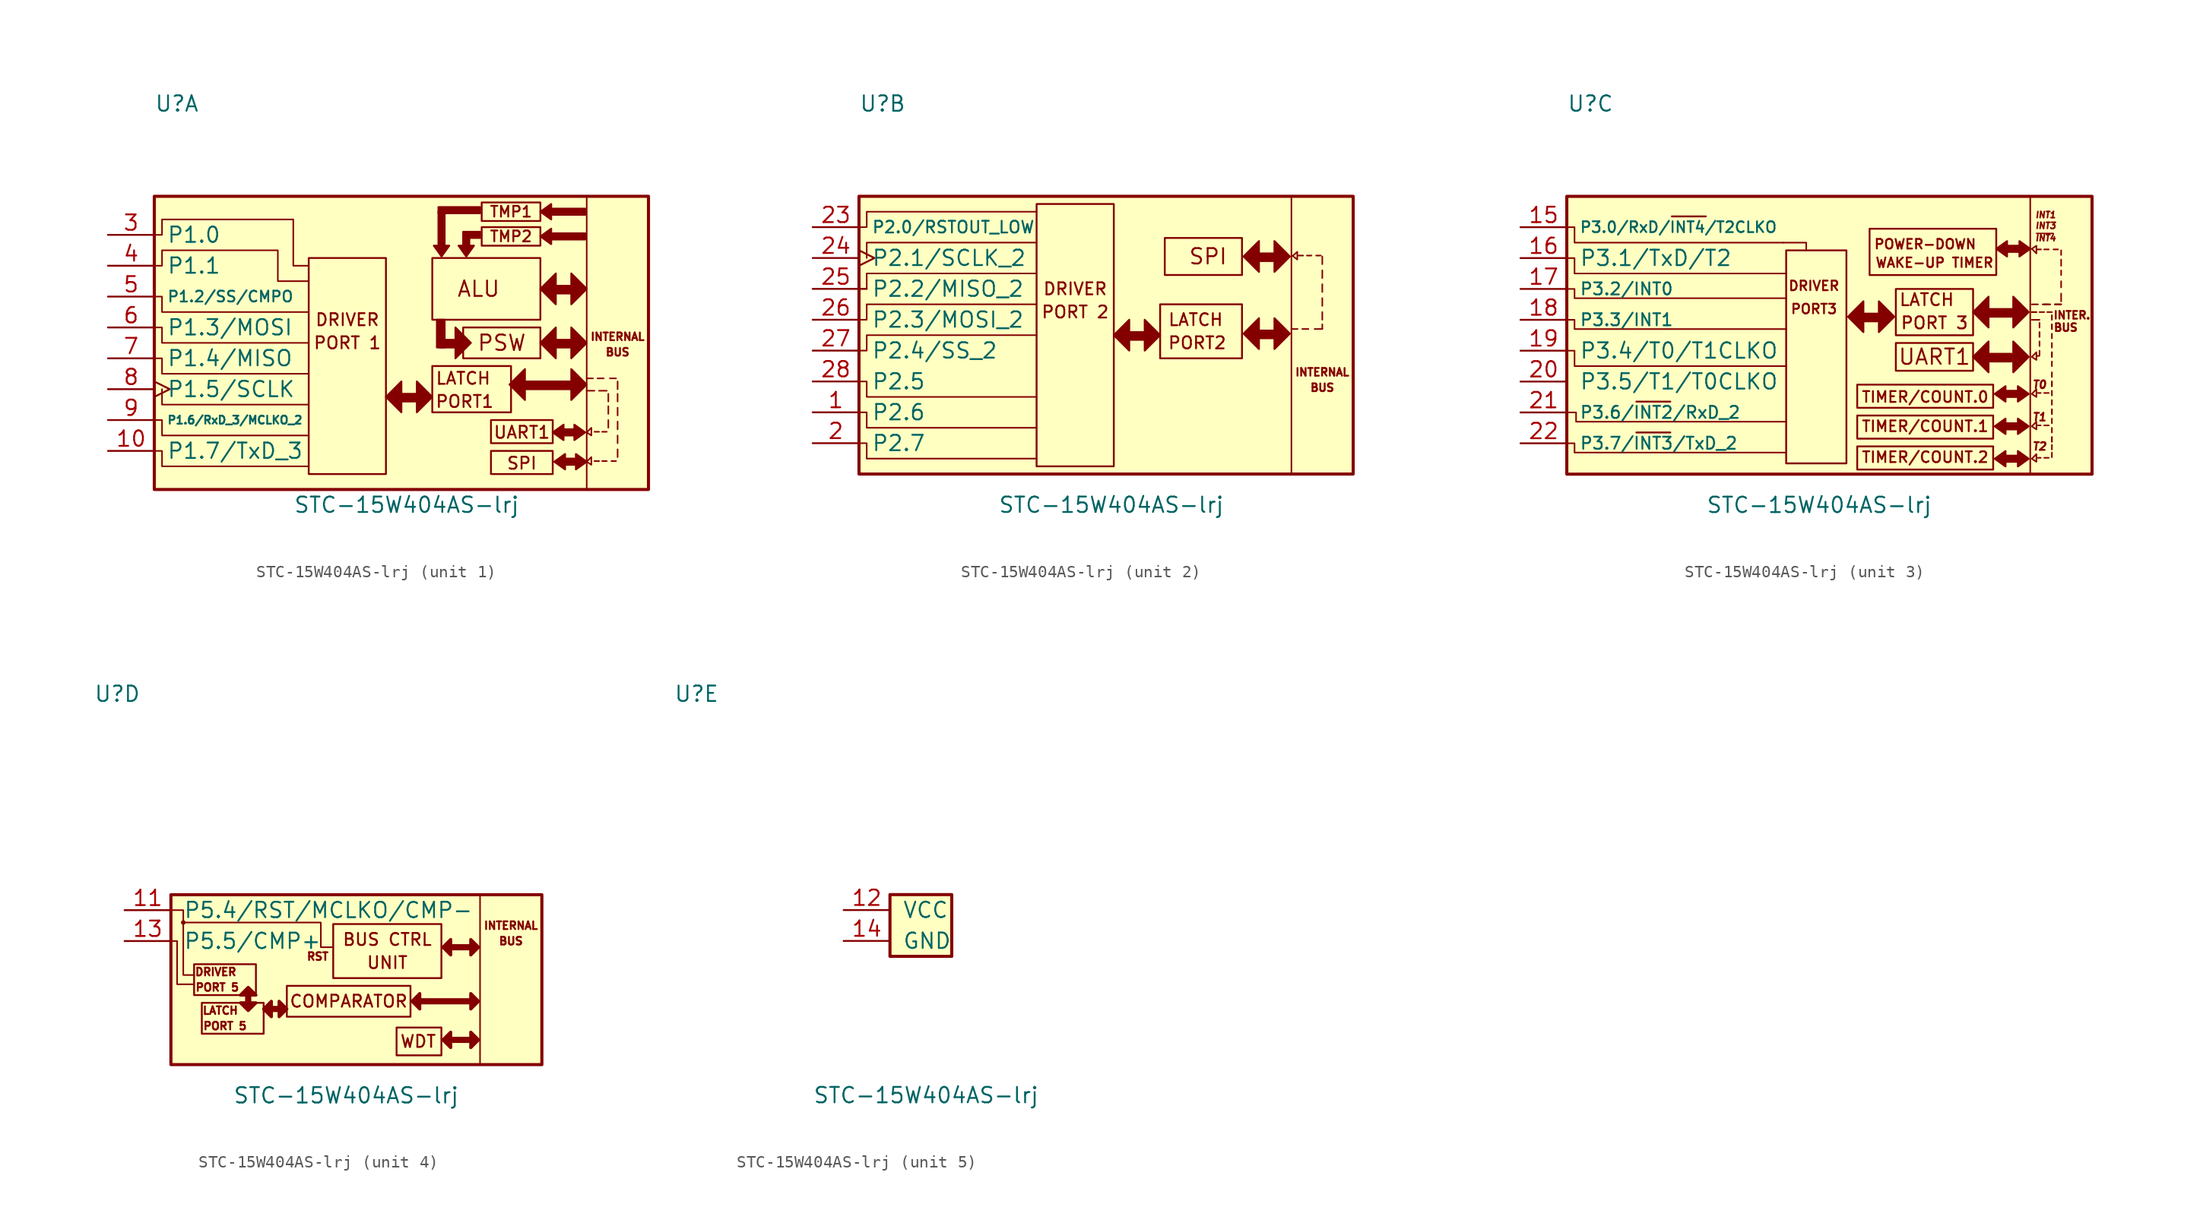
<source format=kicad_sym>
(kicad_symbol_lib
  (version 20211014)
  (generator kicad_symbol_editor)
  (symbol "STC-15W404AS-lrj"
    (pin_names
      (offset 1.016))
    (property "Reference" "U"
      (at -20.32 19.05 0)
      (effects (font (size 1.27 1.27)) (justify left)))
    (property "Value" "STC-15W404AS-lrj"
      (at -8.89 -13.97 0)
      (effects (font (size 1.27 1.27)) (justify left)))
    (property "ki_locked" ""
      (at 0 0 0)
      (effects (font (size 1.27 1.27))))
    (symbol "STC-15W404AS-lrj_1_1"
      (rectangle (start -20.32 11.43) (end 20.32 -12.7) (stroke (width 0.254) (type default) (color 0 0 0 0)) (fill (type background)))
      (rectangle (start -1.27 -11.43) (end -7.62 6.35) (stroke (width 0) (type default) (color 0 0 0 0)) (fill (type none)))
      (polyline (pts (xy 15.24 -4.572) (xy 15.875 -4.572)) (stroke (width 0.127) (type default) (color 0 0 0 0)) (fill (type none)))
      (polyline (pts (xy 15.24 -3.556) (xy 15.748 -3.556)) (stroke (width 0.127) (type default) (color 0 0 0 0)) (fill (type none)))
      (polyline (pts (xy 16.129 -3.556) (xy 16.637 -3.556)) (stroke (width 0.127) (type default) (color 0 0 0 0)) (fill (type none)))
      (polyline (pts (xy 16.256 -10.363) (xy 15.875 -10.363)) (stroke (width 0.127) (type default) (color 0 0 0 0)) (fill (type none)))
      (polyline (pts (xy 16.256 -7.95) (xy 15.875 -7.95)) (stroke (width 0.127) (type default) (color 0 0 0 0)) (fill (type none)))
      (polyline (pts (xy 16.891 -10.363) (xy 16.51 -10.363)) (stroke (width 0.127) (type default) (color 0 0 0 0)) (fill (type none)))
      (polyline (pts (xy 16.891 -7.95) (xy 16.51 -7.95)) (stroke (width 0.127) (type default) (color 0 0 0 0)) (fill (type none)))
      (polyline (pts (xy 16.891 -4.572) (xy 16.256 -4.572)) (stroke (width 0.127) (type default) (color 0 0 0 0)) (fill (type none)))
      (polyline (pts (xy 17.018 -6.985) (xy 17.018 -7.62)) (stroke (width 0.127) (type default) (color 0 0 0 0)) (fill (type none)))
      (polyline (pts (xy 17.018 -6.477) (xy 17.018 -5.842)) (stroke (width 0.127) (type default) (color 0 0 0 0)) (fill (type none)))
      (polyline (pts (xy 17.018 -4.826) (xy 17.018 -5.461)) (stroke (width 0.127) (type default) (color 0 0 0 0)) (fill (type none)))
      (polyline (pts (xy 17.653 -10.363) (xy 17.272 -10.363)) (stroke (width 0.127) (type default) (color 0 0 0 0)) (fill (type none)))
      (polyline (pts (xy 17.653 -3.556) (xy 17.145 -3.556)) (stroke (width 0.127) (type default) (color 0 0 0 0)) (fill (type none)))
      (polyline (pts (xy 17.78 -9.398) (xy 17.78 -10.033)) (stroke (width 0.127) (type default) (color 0 0 0 0)) (fill (type none)))
      (polyline (pts (xy 17.78 -8.89) (xy 17.78 -8.255)) (stroke (width 0.127) (type default) (color 0 0 0 0)) (fill (type none)))
      (polyline (pts (xy 17.78 -7.112) (xy 17.78 -7.747)) (stroke (width 0.127) (type default) (color 0 0 0 0)) (fill (type none)))
      (polyline (pts (xy 17.78 -6.604) (xy 17.78 -5.969)) (stroke (width 0.127) (type default) (color 0 0 0 0)) (fill (type none)))
      (polyline (pts (xy 17.78 -5.461) (xy 17.78 -4.826)) (stroke (width 0.127) (type default) (color 0 0 0 0)) (fill (type none)))
      (polyline (pts (xy 17.78 -3.81) (xy 17.78 -4.445)) (stroke (width 0.127) (type default) (color 0 0 0 0)) (fill (type none)))
      (polyline (pts (xy -19.685 -4.445) (xy -19.685 -5.715) (xy -7.62 -5.715)) (stroke (width 0.127) (type default) (color 0 0 0 0)) (fill (type none)))
      (polyline (pts (xy -20.32 -9.525) (xy -19.685 -9.525) (xy -19.685 -10.795) (xy -7.62 -10.795)) (stroke (width 0.127) (type default) (color 0 0 0 0)) (fill (type none)))
      (polyline (pts (xy -20.32 0.635) (xy -19.685 0.635) (xy -19.685 -0.635) (xy -7.62 -0.635)) (stroke (width 0.127) (type default) (color 0 0 0 0)) (fill (type none)))
      (polyline (pts (xy -1.27 -5.08) (xy 0 -3.81) (xy -1.27 -5.08) (xy 0 -6.35) (xy 0 -3.81)) (stroke (width 0) (type default) (color 0 0 0 0)) (fill (type outline)))
      (polyline (pts (xy 2.54 -5.08) (xy 1.27 -6.35) (xy 2.54 -5.08) (xy 1.27 -3.81) (xy 1.27 -6.35)) (stroke (width 0) (type default) (color 0 0 0 0)) (fill (type outline)))
      (polyline (pts (xy 5.715 -0.635) (xy 4.445 -1.905) (xy 5.715 -0.635) (xy 4.445 0.635) (xy 4.445 -1.905)) (stroke (width 0) (type default) (color 0 0 0 0)) (fill (type outline)))
      (polyline (pts (xy 8.89 -4.064) (xy 10.16 -2.794) (xy 8.89 -4.064) (xy 10.16 -5.334) (xy 10.16 -2.794)) (stroke (width 0) (type default) (color 0 0 0 0)) (fill (type outline)))
      (polyline (pts (xy 11.43 -0.635) (xy 12.7 0.635) (xy 11.43 -0.635) (xy 12.7 -1.905) (xy 12.7 0.635)) (stroke (width 0) (type default) (color 0 0 0 0)) (fill (type outline)))
      (polyline (pts (xy 11.43 3.81) (xy 12.7 5.08) (xy 11.43 3.81) (xy 12.7 2.54) (xy 12.7 5.08)) (stroke (width 0) (type default) (color 0 0 0 0)) (fill (type outline)))
      (polyline (pts (xy 15.24 -10.414) (xy 15.621 -10.033) (xy 15.621 -10.541) (xy 15.621 -10.668) (xy 15.24 -10.414)) (stroke (width 0.127) (type default) (color 0 0 0 0)) (fill (type none)))
      (polyline (pts (xy 15.24 -8.001) (xy 15.621 -7.62) (xy 15.621 -8.128) (xy 15.621 -8.255) (xy 15.24 -8.001)) (stroke (width 0.127) (type default) (color 0 0 0 0)) (fill (type none)))
      (polyline (pts (xy 15.24 -4.064) (xy 13.97 -5.334) (xy 15.24 -4.064) (xy 13.97 -2.794) (xy 13.97 -5.334)) (stroke (width 0) (type default) (color 0 0 0 0)) (fill (type outline)))
      (polyline (pts (xy 15.24 -0.635) (xy 13.97 -1.905) (xy 15.24 -0.635) (xy 13.97 0.635) (xy 13.97 -1.905)) (stroke (width 0) (type default) (color 0 0 0 0)) (fill (type outline)))
      (polyline (pts (xy 15.24 3.81) (xy 13.97 2.54) (xy 15.24 3.81) (xy 13.97 5.08) (xy 13.97 2.54)) (stroke (width 0) (type default) (color 0 0 0 0)) (fill (type outline)))
      (polyline (pts (xy -20.32 -6.985) (xy -19.685 -6.985) (xy -19.685 -8.255) (xy -19.05 -8.255) (xy -12.065 -8.255) (xy -7.62 -8.255)) (stroke (width 0.127) (type default) (color 0 0 0 0)) (fill (type none)))
      (polyline (pts (xy -20.32 -1.905) (xy -19.685 -1.905) (xy -19.685 -3.175) (xy -19.05 -3.175) (xy -12.065 -3.175) (xy -7.62 -3.175)) (stroke (width 0.127) (type default) (color 0 0 0 0)) (fill (type none)))
      (polyline (pts (xy -20.32 3.175) (xy -19.685 3.175) (xy -19.685 1.905) (xy -19.05 1.905) (xy -12.065 1.905) (xy -7.62 1.905)) (stroke (width 0.127) (type default) (color 0 0 0 0)) (fill (type none)))
      (polyline (pts (xy -20.32 5.715) (xy -19.685 5.715) (xy -19.685 6.985) (xy -10.16 6.985) (xy -10.16 4.445) (xy -7.62 4.445)) (stroke (width 0.127) (type default) (color 0 0 0 0)) (fill (type none)))
      (polyline (pts (xy -20.32 8.255) (xy -19.685 8.255) (xy -19.685 9.525) (xy -8.89 9.525) (xy -8.89 5.715) (xy -7.62 5.715)) (stroke (width 0.127) (type default) (color 0 0 0 0)) (fill (type none)))
      (polyline (pts (xy 3.302 6.731) (xy 2.667 7.366) (xy 3.302 6.477) (xy 3.937 7.366) (xy 3.429 7.366) (xy 2.667 7.366)) (stroke (width 0) (type default) (color 0 0 0 0)) (fill (type outline)))
      (polyline (pts (xy 5.334 6.731) (xy 4.699 7.366) (xy 5.334 6.477) (xy 5.969 7.366) (xy 5.461 7.366) (xy 4.699 7.366)) (stroke (width 0) (type default) (color 0 0 0 0)) (fill (type outline)))
      (polyline (pts (xy 11.684 8.128) (xy 12.319 8.763) (xy 11.43 8.128) (xy 12.319 7.493) (xy 12.319 8.001) (xy 12.319 8.763)) (stroke (width 0) (type default) (color 0 0 0 0)) (fill (type outline)))
      (polyline (pts (xy 11.684 10.16) (xy 12.319 10.795) (xy 11.43 10.16) (xy 12.319 9.525) (xy 12.319 10.033) (xy 12.319 10.795)) (stroke (width 0) (type default) (color 0 0 0 0)) (fill (type outline)))
      (polyline (pts (xy 12.7 -8.001) (xy 13.335 -7.366) (xy 12.446 -8.001) (xy 13.335 -8.636) (xy 13.335 -8.128) (xy 13.335 -7.366)) (stroke (width 0) (type default) (color 0 0 0 0)) (fill (type outline)))
      (polyline (pts (xy 12.827 -10.414) (xy 13.462 -9.779) (xy 12.573 -10.414) (xy 13.462 -11.049) (xy 13.462 -10.541) (xy 13.462 -9.779)) (stroke (width 0) (type default) (color 0 0 0 0)) (fill (type outline)))
      (polyline (pts (xy 14.859 -8.001) (xy 14.224 -8.636) (xy 15.113 -8.001) (xy 14.224 -7.366) (xy 14.224 -7.874) (xy 14.224 -8.636)) (stroke (width 0) (type default) (color 0 0 0 0)) (fill (type outline)))
      (polyline (pts (xy 14.986 -10.414) (xy 14.351 -11.049) (xy 15.24 -10.414) (xy 14.351 -9.779) (xy 14.351 -10.287) (xy 14.351 -11.049)) (stroke (width 0) (type default) (color 0 0 0 0)) (fill (type outline)))
      (rectangle (start 1.27 -5.461) (end 0 -4.826) (stroke (width 0) (type default) (color 0 0 0 0)) (fill (type outline)))
      (rectangle (start 2.54 6.35) (end 11.43 1.27) (stroke (width 0) (type default) (color 0 0 0 0)) (fill (type none)))
      (rectangle (start 3.048 7.366) (end 3.556 10.16) (stroke (width 0) (type default) (color 0 0 0 0)) (fill (type outline)))
      (rectangle (start 3.556 1.27) (end 2.921 -1.016) (stroke (width 0) (type default) (color 0 0 0 0)) (fill (type outline)))
      (rectangle (start 4.445 -1.016) (end 3.175 -0.381) (stroke (width 0) (type default) (color 0 0 0 0)) (fill (type outline)))
      (rectangle (start 5.08 0.635) (end 11.43 -1.905) (stroke (width 0) (type default) (color 0 0 0 0)) (fill (type none)))
      (rectangle (start 5.08 7.366) (end 5.588 8.128) (stroke (width 0) (type default) (color 0 0 0 0)) (fill (type outline)))
      (rectangle (start 6.477 8.001) (end 5.08 8.509) (stroke (width 0) (type default) (color 0 0 0 0)) (fill (type outline)))
      (rectangle (start 6.477 10.033) (end 3.048 10.541) (stroke (width 0) (type default) (color 0 0 0 0)) (fill (type outline)))
      (rectangle (start 6.604 8.89) (end 11.43 7.366) (stroke (width 0) (type default) (color 0 0 0 0)) (fill (type none)))
      (rectangle (start 6.604 10.922) (end 11.43 9.398) (stroke (width 0) (type default) (color 0 0 0 0)) (fill (type none)))
      (rectangle (start 7.366 -9.525) (end 12.446 -11.43) (stroke (width 0) (type default) (color 0 0 0 0)) (fill (type none)))
      (rectangle (start 7.366 -6.985) (end 12.446 -8.89) (stroke (width 0) (type default) (color 0 0 0 0)) (fill (type none)))
      (rectangle (start 9.017 -6.35) (end 2.54 -2.54) (stroke (width 0) (type default) (color 0 0 0 0)) (fill (type none)))
      (rectangle (start 12.319 8.382) (end 15.113 7.874) (stroke (width 0) (type default) (color 0 0 0 0)) (fill (type outline)))
      (rectangle (start 12.319 10.414) (end 15.113 9.906) (stroke (width 0) (type default) (color 0 0 0 0)) (fill (type outline)))
      (rectangle (start 13.335 -7.747) (end 14.224 -8.255) (stroke (width 0) (type default) (color 0 0 0 0)) (fill (type outline)))
      (rectangle (start 13.462 -10.16) (end 14.351 -10.668) (stroke (width 0) (type default) (color 0 0 0 0)) (fill (type outline)))
      (rectangle (start 13.97 -4.445) (end 10.16 -3.81) (stroke (width 0) (type default) (color 0 0 0 0)) (fill (type outline)))
      (rectangle (start 13.97 -1.016) (end 12.7 -0.381) (stroke (width 0) (type default) (color 0 0 0 0)) (fill (type outline)))
      (rectangle (start 13.97 3.429) (end 12.7 4.064) (stroke (width 0) (type default) (color 0 0 0 0)) (fill (type outline)))
      (rectangle (start 15.24 11.43) (end 20.32 -12.7) (stroke (width 0.127) (type default) (color 0 0 0 0)) (fill (type none)))
      (text "ALU" (at 6.35 3.81 0) (effects (font (size 1.27 1.27))))
      (text "BUS" (at 17.78 -1.397 0) (effects (font (size 0.635 0.635))))
      (text "DRIVER" (at -4.445 1.27 0) (effects (font (size 0.991 0.991))))
      (text "INTERNAL" (at 17.78 -0.127 0) (effects (font (size 0.635 0.635))))
      (text "LATCH" (at 5.08 -3.556 0) (effects (font (size 0.991 0.991))))
      (text "PORT 1" (at -4.445 -0.635 0) (effects (font (size 0.991 0.991))))
      (text "PORT1" (at 5.207 -5.461 0) (effects (font (size 0.991 0.991))))
      (text "PSW" (at 8.255 -0.635 0) (effects (font (size 1.27 1.27))))
      (text "SPI" (at 9.906 -10.541 0) (effects (font (size 0.991 0.991))))
      (text "TMP1" (at 9.017 10.16 0) (effects (font (size 0.889 0.889))))
      (text "TMP2" (at 9.017 8.128 0) (effects (font (size 0.889 0.889))))
      (text "UART1" (at 9.906 -8.001 0) (effects (font (size 0.991 0.991))))
      (pin bidirectional line (at -24.13 -9.525 0) (length 3.81) (name "P1.7/TxD_3" (effects (font (size 1.27 1.27)))) (number "10" (effects (font (size 1.27 1.27)))))
      (pin bidirectional line (at -24.13 8.255 0) (length 3.81) (name "P1.0" (effects (font (size 1.27 1.27)))) (number "3" (effects (font (size 1.27 1.27)))))
      (pin bidirectional line (at -24.13 5.715 0) (length 3.81) (name "P1.1" (effects (font (size 1.27 1.27)))) (number "4" (effects (font (size 1.27 1.27)))))
      (pin bidirectional line (at -24.13 3.175 0) (length 3.81) (name "P1.2/SS/CMPO" (effects (font (size 0.889 0.889)))) (number "5" (effects (font (size 1.27 1.27)))))
      (pin bidirectional line (at -24.13 0.635 0) (length 3.81) (name "P1.3/MOSI" (effects (font (size 1.27 1.27)))) (number "6" (effects (font (size 1.27 1.27)))))
      (pin bidirectional line (at -24.13 -1.905 0) (length 3.81) (name "P1.4/MISO" (effects (font (size 1.27 1.27)))) (number "7" (effects (font (size 1.27 1.27)))))
      (pin bidirectional clock (at -24.13 -4.445 0) (length 3.81) (name "P1.5/SCLK" (effects (font (size 1.27 1.27)))) (number "8" (effects (font (size 1.27 1.27)))))
      (pin bidirectional line (at -24.13 -6.985 0) (length 3.81) (name "P1.6/RxD_3/MCLKO_2" (effects (font (size 0.66 0.66)))) (number "9" (effects (font (size 1.27 1.27))))))
    (symbol "STC-15W404AS-lrj_2_1"
      (rectangle (start -20.32 11.43) (end 20.32 -11.43) (stroke (width 0.254) (type default) (color 0 0 0 0)) (fill (type background)))
      (polyline (pts (xy -19.685 3.81) (xy -20.32 3.81)) (stroke (width 0.152) (type default) (color 0 0 0 0)) (fill (type none)))
      (polyline (pts (xy 15.24 0.508) (xy 15.748 0.508)) (stroke (width 0.127) (type default) (color 0 0 0 0)) (fill (type none)))
      (polyline (pts (xy 16.129 0.508) (xy 16.637 0.508)) (stroke (width 0.127) (type default) (color 0 0 0 0)) (fill (type none)))
      (polyline (pts (xy 16.205 6.553) (xy 15.824 6.553)) (stroke (width 0.127) (type default) (color 0 0 0 0)) (fill (type none)))
      (polyline (pts (xy 16.891 6.553) (xy 16.51 6.553)) (stroke (width 0.127) (type default) (color 0 0 0 0)) (fill (type none)))
      (polyline (pts (xy 17.653 6.553) (xy 17.272 6.553)) (stroke (width 0.127) (type default) (color 0 0 0 0)) (fill (type none)))
      (polyline (pts (xy 17.78 0.508) (xy 17.145 0.508)) (stroke (width 0.127) (type default) (color 0 0 0 0)) (fill (type none)))
      (polyline (pts (xy 17.78 0.533) (xy 17.78 0.889)) (stroke (width 0.127) (type default) (color 0 0 0 0)) (fill (type none)))
      (polyline (pts (xy 17.78 1.905) (xy 17.78 1.27)) (stroke (width 0.127) (type default) (color 0 0 0 0)) (fill (type none)))
      (polyline (pts (xy 17.78 3.048) (xy 17.78 2.413)) (stroke (width 0.127) (type default) (color 0 0 0 0)) (fill (type none)))
      (polyline (pts (xy 17.78 3.556) (xy 17.78 4.191)) (stroke (width 0.127) (type default) (color 0 0 0 0)) (fill (type none)))
      (polyline (pts (xy 17.78 5.334) (xy 17.78 4.699)) (stroke (width 0.127) (type default) (color 0 0 0 0)) (fill (type none)))
      (polyline (pts (xy 17.78 5.842) (xy 17.78 6.477)) (stroke (width 0.127) (type default) (color 0 0 0 0)) (fill (type none)))
      (polyline (pts (xy -19.685 3.81) (xy -19.685 5.08) (xy -5.715 5.08)) (stroke (width 0.127) (type default) (color 0 0 0 0)) (fill (type none)))
      (polyline (pts (xy -20.32 -1.27) (xy -19.685 -1.27) (xy -19.685 0) (xy -5.715 0)) (stroke (width 0.127) (type default) (color 0 0 0 0)) (fill (type none)))
      (polyline (pts (xy -20.32 8.89) (xy -19.685 8.89) (xy -19.685 10.16) (xy -5.715 10.16)) (stroke (width 0.127) (type default) (color 0 0 0 0)) (fill (type none)))
      (polyline (pts (xy -19.685 6.35) (xy -19.685 7.62) (xy -19.05 7.62) (xy -12.065 7.62) (xy -5.715 7.62)) (stroke (width 0.127) (type default) (color 0 0 0 0)) (fill (type none)))
      (polyline (pts (xy 0.635 0) (xy 1.905 1.27) (xy 0.635 0) (xy 1.905 -1.27) (xy 1.905 1.27)) (stroke (width 0) (type default) (color 0 0 0 0)) (fill (type outline)))
      (polyline (pts (xy 4.445 0) (xy 3.175 -1.27) (xy 4.445 0) (xy 3.175 1.27) (xy 3.175 -1.27)) (stroke (width 0) (type default) (color 0 0 0 0)) (fill (type outline)))
      (polyline (pts (xy 11.303 0.127) (xy 12.573 1.397) (xy 11.303 0.127) (xy 12.573 -1.143) (xy 12.573 1.397)) (stroke (width 0) (type default) (color 0 0 0 0)) (fill (type outline)))
      (polyline (pts (xy 11.303 6.477) (xy 12.573 7.747) (xy 11.303 6.477) (xy 12.573 5.207) (xy 12.573 7.747)) (stroke (width 0) (type default) (color 0 0 0 0)) (fill (type outline)))
      (polyline (pts (xy 15.113 0.127) (xy 13.843 -1.143) (xy 15.113 0.127) (xy 13.843 1.397) (xy 13.843 -1.143)) (stroke (width 0) (type default) (color 0 0 0 0)) (fill (type outline)))
      (polyline (pts (xy 15.113 6.477) (xy 13.843 5.207) (xy 15.113 6.477) (xy 13.843 7.747) (xy 13.843 5.207)) (stroke (width 0) (type default) (color 0 0 0 0)) (fill (type outline)))
      (polyline (pts (xy 15.342 6.528) (xy 15.723 6.223) (xy 15.723 6.731) (xy 15.723 6.858) (xy 15.342 6.528)) (stroke (width 0.127) (type default) (color 0 0 0 0)) (fill (type none)))
      (polyline (pts (xy -20.32 -8.89) (xy -19.685 -8.89) (xy -19.685 -10.16) (xy -8.89 -10.16) (xy -7.62 -10.16) (xy -5.715 -10.16)) (stroke (width 0.127) (type default) (color 0 0 0 0)) (fill (type none)))
      (polyline (pts (xy -20.32 -6.35) (xy -19.685 -6.35) (xy -19.685 -7.62) (xy -8.89 -7.62) (xy -7.62 -7.62) (xy -5.715 -7.62)) (stroke (width 0.127) (type default) (color 0 0 0 0)) (fill (type none)))
      (polyline (pts (xy -20.32 -3.81) (xy -19.685 -3.81) (xy -19.685 -5.08) (xy -10.16 -5.08) (xy -8.89 -5.08) (xy -5.715 -5.08)) (stroke (width 0.127) (type default) (color 0 0 0 0)) (fill (type none)))
      (polyline (pts (xy -20.32 1.27) (xy -19.685 1.27) (xy -19.685 2.54) (xy -19.05 2.54) (xy -12.065 2.54) (xy -5.715 2.54)) (stroke (width 0.127) (type default) (color 0 0 0 0)) (fill (type none)))
      (rectangle (start 0.635 -10.795) (end -5.715 10.795) (stroke (width 0) (type default) (color 0 0 0 0)) (fill (type none)))
      (rectangle (start 3.175 -0.381) (end 1.905 0.254) (stroke (width 0) (type default) (color 0 0 0 0)) (fill (type outline)))
      (rectangle (start 4.826 8.001) (end 11.176 4.953) (stroke (width 0) (type default) (color 0 0 0 0)) (fill (type none)))
      (rectangle (start 11.176 -1.905) (end 4.445 2.54) (stroke (width 0) (type default) (color 0 0 0 0)) (fill (type none)))
      (rectangle (start 13.843 -0.254) (end 12.573 0.381) (stroke (width 0) (type default) (color 0 0 0 0)) (fill (type outline)))
      (rectangle (start 13.843 6.096) (end 12.573 6.731) (stroke (width 0) (type default) (color 0 0 0 0)) (fill (type outline)))
      (rectangle (start 15.24 11.43) (end 20.32 -11.43) (stroke (width 0.127) (type default) (color 0 0 0 0)) (fill (type none)))
      (text "BUS" (at 17.78 -4.318 0) (effects (font (size 0.635 0.635))))
      (text "DRIVER" (at -2.54 3.81 0) (effects (font (size 0.991 0.991))))
      (text "INTERNAL" (at 17.78 -3.048 0) (effects (font (size 0.635 0.635))))
      (text "LATCH" (at 7.366 1.27 0) (effects (font (size 0.991 0.991))))
      (text "PORT 2" (at -2.54 1.905 0) (effects (font (size 0.991 0.991))))
      (text "PORT2" (at 7.493 -0.635 0) (effects (font (size 0.991 0.991))))
      (text "SPI" (at 8.382 6.477 0) (effects (font (size 1.27 1.27))))
      (pin bidirectional line (at -24.13 -6.35 0) (length 3.81) (name "P2.6" (effects (font (size 1.27 1.27)))) (number "1" (effects (font (size 1.27 1.27)))))
      (pin bidirectional line (at -24.13 -8.89 0) (length 3.81) (name "P2.7" (effects (font (size 1.27 1.27)))) (number "2" (effects (font (size 1.27 1.27)))))
      (pin bidirectional line (at -24.13 8.89 0) (length 3.81) (name "P2.0/RSTOUT_LOW" (effects (font (size 0.965 0.965)))) (number "23" (effects (font (size 1.27 1.27)))))
      (pin bidirectional clock (at -24.13 6.35 0) (length 3.81) (name "P2.1/SCLK_2" (effects (font (size 1.27 1.27)))) (number "24" (effects (font (size 1.27 1.27)))))
      (pin bidirectional line (at -24.13 3.81 0) (length 3.81) (name "P2.2/MISO_2" (effects (font (size 1.27 1.27)))) (number "25" (effects (font (size 1.27 1.27)))))
      (pin bidirectional line (at -24.13 1.27 0) (length 3.81) (name "P2.3/MOSI_2" (effects (font (size 1.27 1.27)))) (number "26" (effects (font (size 1.27 1.27)))))
      (pin bidirectional line (at -24.13 -1.27 0) (length 3.81) (name "P2.4/SS_2" (effects (font (size 1.27 1.27)))) (number "27" (effects (font (size 1.27 1.27)))))
      (pin bidirectional line (at -24.13 -3.81 0) (length 3.81) (name "P2.5" (effects (font (size 1.27 1.27)))) (number "28" (effects (font (size 1.27 1.27))))))
    (symbol "STC-15W404AS-lrj_3_1"
      (rectangle (start -20.32 11.43) (end 22.86 -11.43) (stroke (width 0.254) (type default) (color 0 0 0 0)) (fill (type background)))
      (polyline (pts (xy -14.605 -8.001) (xy -11.811 -8.001)) (stroke (width 0.152) (type default) (color 0 0 0 0)) (fill (type none)))
      (polyline (pts (xy -14.605 -5.461) (xy -11.811 -5.461)) (stroke (width 0.152) (type default) (color 0 0 0 0)) (fill (type none)))
      (polyline (pts (xy -11.684 9.779) (xy -8.89 9.779)) (stroke (width 0.152) (type default) (color 0 0 0 0)) (fill (type none)))
      (polyline (pts (xy 17.907 1.27) (xy 18.542 1.27)) (stroke (width 0.127) (type default) (color 0 0 0 0)) (fill (type none)))
      (polyline (pts (xy 17.907 2.54) (xy 18.415 2.54)) (stroke (width 0.127) (type default) (color 0 0 0 0)) (fill (type none)))
      (polyline (pts (xy 18.288 -1.702) (xy 18.517 -1.702)) (stroke (width 0.127) (type default) (color 0 0 0 0)) (fill (type none)))
      (polyline (pts (xy 18.288 1.905) (xy 17.907 1.905)) (stroke (width 0.127) (type default) (color 0 0 0 0)) (fill (type none)))
      (polyline (pts (xy 18.288 1.905) (xy 17.907 1.905)) (stroke (width 0.127) (type default) (color 0 0 0 0)) (fill (type none)))
      (polyline (pts (xy 18.288 8.382) (xy 19.685 8.382)) (stroke (width 0.102) (type default) (color 0 0 0 0)) (fill (type none)))
      (polyline (pts (xy 18.415 -10.084) (xy 18.644 -10.084)) (stroke (width 0.127) (type default) (color 0 0 0 0)) (fill (type none)))
      (polyline (pts (xy 18.415 -7.417) (xy 18.644 -7.417)) (stroke (width 0.127) (type default) (color 0 0 0 0)) (fill (type none)))
      (polyline (pts (xy 18.415 -4.75) (xy 18.644 -4.75)) (stroke (width 0.127) (type default) (color 0 0 0 0)) (fill (type none)))
      (polyline (pts (xy 18.542 -1.651) (xy 18.542 -1.27)) (stroke (width 0.127) (type default) (color 0 0 0 0)) (fill (type none)))
      (polyline (pts (xy 18.542 -0.889) (xy 18.542 -0.508)) (stroke (width 0.127) (type default) (color 0 0 0 0)) (fill (type none)))
      (polyline (pts (xy 18.542 -0.127) (xy 18.542 0.254)) (stroke (width 0.127) (type default) (color 0 0 0 0)) (fill (type none)))
      (polyline (pts (xy 18.542 -0.127) (xy 18.542 0.254)) (stroke (width 0.127) (type default) (color 0 0 0 0)) (fill (type none)))
      (polyline (pts (xy 18.542 0.635) (xy 18.542 1.016)) (stroke (width 0.127) (type default) (color 0 0 0 0)) (fill (type none)))
      (polyline (pts (xy 18.669 7.061) (xy 18.288 7.061)) (stroke (width 0.127) (type default) (color 0 0 0 0)) (fill (type none)))
      (polyline (pts (xy 18.796 2.54) (xy 19.304 2.54)) (stroke (width 0.127) (type default) (color 0 0 0 0)) (fill (type none)))
      (polyline (pts (xy 18.923 1.905) (xy 18.542 1.905)) (stroke (width 0.127) (type default) (color 0 0 0 0)) (fill (type none)))
      (polyline (pts (xy 18.923 2.54) (xy 19.431 2.54)) (stroke (width 0.127) (type default) (color 0 0 0 0)) (fill (type none)))
      (polyline (pts (xy 19.177 1.905) (xy 19.558 1.905)) (stroke (width 0.127) (type default) (color 0 0 0 0)) (fill (type none)))
      (polyline (pts (xy 19.304 -10.084) (xy 18.923 -10.084)) (stroke (width 0.127) (type default) (color 0 0 0 0)) (fill (type none)))
      (polyline (pts (xy 19.304 -7.417) (xy 18.923 -7.417)) (stroke (width 0.127) (type default) (color 0 0 0 0)) (fill (type none)))
      (polyline (pts (xy 19.304 -4.75) (xy 18.923 -4.75)) (stroke (width 0.127) (type default) (color 0 0 0 0)) (fill (type none)))
      (polyline (pts (xy 19.304 7.061) (xy 18.923 7.061)) (stroke (width 0.127) (type default) (color 0 0 0 0)) (fill (type none)))
      (polyline (pts (xy 19.558 -10.033) (xy 19.558 -9.652)) (stroke (width 0.127) (type default) (color 0 0 0 0)) (fill (type none)))
      (polyline (pts (xy 19.558 -9.398) (xy 19.558 -9.017)) (stroke (width 0.127) (type default) (color 0 0 0 0)) (fill (type none)))
      (polyline (pts (xy 19.558 -8.763) (xy 19.558 -8.382)) (stroke (width 0.127) (type default) (color 0 0 0 0)) (fill (type none)))
      (polyline (pts (xy 19.558 -8.763) (xy 19.558 -8.382)) (stroke (width 0.127) (type default) (color 0 0 0 0)) (fill (type none)))
      (polyline (pts (xy 19.558 -8.001) (xy 19.558 -7.62)) (stroke (width 0.127) (type default) (color 0 0 0 0)) (fill (type none)))
      (polyline (pts (xy 19.558 -7.239) (xy 19.558 -6.858)) (stroke (width 0.127) (type default) (color 0 0 0 0)) (fill (type none)))
      (polyline (pts (xy 19.558 -6.477) (xy 19.558 -6.096)) (stroke (width 0.127) (type default) (color 0 0 0 0)) (fill (type none)))
      (polyline (pts (xy 19.558 -6.477) (xy 19.558 -6.096)) (stroke (width 0.127) (type default) (color 0 0 0 0)) (fill (type none)))
      (polyline (pts (xy 19.558 -5.715) (xy 19.558 -5.334)) (stroke (width 0.127) (type default) (color 0 0 0 0)) (fill (type none)))
      (polyline (pts (xy 19.558 -4.953) (xy 19.558 -4.572)) (stroke (width 0.127) (type default) (color 0 0 0 0)) (fill (type none)))
      (polyline (pts (xy 19.558 -4.191) (xy 19.558 -3.81)) (stroke (width 0.127) (type default) (color 0 0 0 0)) (fill (type none)))
      (polyline (pts (xy 19.558 -4.191) (xy 19.558 -3.81)) (stroke (width 0.127) (type default) (color 0 0 0 0)) (fill (type none)))
      (polyline (pts (xy 19.558 -3.429) (xy 19.558 -3.048)) (stroke (width 0.127) (type default) (color 0 0 0 0)) (fill (type none)))
      (polyline (pts (xy 19.558 -2.54) (xy 19.558 -2.159)) (stroke (width 0.127) (type default) (color 0 0 0 0)) (fill (type none)))
      (polyline (pts (xy 19.558 -1.778) (xy 19.558 -1.397)) (stroke (width 0.127) (type default) (color 0 0 0 0)) (fill (type none)))
      (polyline (pts (xy 19.558 -1.778) (xy 19.558 -1.397)) (stroke (width 0.127) (type default) (color 0 0 0 0)) (fill (type none)))
      (polyline (pts (xy 19.558 -1.016) (xy 19.558 -0.635)) (stroke (width 0.127) (type default) (color 0 0 0 0)) (fill (type none)))
      (polyline (pts (xy 19.558 -0.254) (xy 19.558 0.127)) (stroke (width 0.127) (type default) (color 0 0 0 0)) (fill (type none)))
      (polyline (pts (xy 19.558 0.508) (xy 19.558 0.889)) (stroke (width 0.127) (type default) (color 0 0 0 0)) (fill (type none)))
      (polyline (pts (xy 19.558 0.508) (xy 19.558 0.889)) (stroke (width 0.127) (type default) (color 0 0 0 0)) (fill (type none)))
      (polyline (pts (xy 19.558 1.27) (xy 19.558 1.651)) (stroke (width 0.127) (type default) (color 0 0 0 0)) (fill (type none)))
      (polyline (pts (xy 19.812 2.54) (xy 20.32 2.54)) (stroke (width 0.127) (type default) (color 0 0 0 0)) (fill (type none)))
      (polyline (pts (xy 20.066 7.061) (xy 19.685 7.061)) (stroke (width 0.127) (type default) (color 0 0 0 0)) (fill (type none)))
      (polyline (pts (xy 20.32 2.54) (xy 19.812 2.54)) (stroke (width 0.127) (type default) (color 0 0 0 0)) (fill (type none)))
      (polyline (pts (xy 20.32 3.429) (xy 20.32 2.794)) (stroke (width 0.127) (type default) (color 0 0 0 0)) (fill (type none)))
      (polyline (pts (xy 20.32 4.445) (xy 20.32 3.937)) (stroke (width 0.127) (type default) (color 0 0 0 0)) (fill (type none)))
      (polyline (pts (xy 20.32 5.715) (xy 20.32 6.223)) (stroke (width 0.127) (type default) (color 0 0 0 0)) (fill (type none)))
      (polyline (pts (xy 20.32 6.985) (xy 20.32 6.604)) (stroke (width 0.127) (type default) (color 0 0 0 0)) (fill (type none)))
      (polyline (pts (xy -2.54 7.62) (xy -0.635 7.62) (xy -0.635 6.985)) (stroke (width 0.127) (type default) (color 0 0 0 0)) (fill (type none)))
      (polyline (pts (xy 20.32 4.953) (xy 20.32 5.08) (xy 20.32 5.334)) (stroke (width 0.127) (type default) (color 0 0 0 0)) (fill (type none)))
      (polyline (pts (xy -20.32 -1.27) (xy -19.685 -1.27) (xy -19.685 -2.54) (xy -2.286 -2.54)) (stroke (width 0.127) (type default) (color 0 0 0 0)) (fill (type none)))
      (polyline (pts (xy -20.32 8.89) (xy -19.685 8.89) (xy -19.685 7.62) (xy -2.54 7.62)) (stroke (width 0.127) (type default) (color 0 0 0 0)) (fill (type none)))
      (polyline (pts (xy 2.794 1.524) (xy 4.064 2.794) (xy 2.794 1.524) (xy 4.064 0.254) (xy 4.064 2.794)) (stroke (width 0) (type default) (color 0 0 0 0)) (fill (type outline)))
      (polyline (pts (xy 6.604 1.524) (xy 5.334 0.254) (xy 6.604 1.524) (xy 5.334 2.794) (xy 5.334 0.254)) (stroke (width 0) (type default) (color 0 0 0 0)) (fill (type outline)))
      (polyline (pts (xy 13.081 -1.778) (xy 14.351 -0.508) (xy 13.081 -1.778) (xy 14.351 -3.048) (xy 14.351 -0.508)) (stroke (width 0) (type default) (color 0 0 0 0)) (fill (type outline)))
      (polyline (pts (xy 13.081 1.905) (xy 14.351 3.175) (xy 13.081 1.905) (xy 14.351 0.635) (xy 14.351 3.175)) (stroke (width 0) (type default) (color 0 0 0 0)) (fill (type outline)))
      (polyline (pts (xy 17.653 -1.778) (xy 16.383 -3.048) (xy 17.653 -1.778) (xy 16.383 -0.508) (xy 16.383 -3.048)) (stroke (width 0) (type default) (color 0 0 0 0)) (fill (type outline)))
      (polyline (pts (xy 17.653 1.905) (xy 16.383 0.635) (xy 17.653 1.905) (xy 16.383 3.175) (xy 16.383 0.635)) (stroke (width 0) (type default) (color 0 0 0 0)) (fill (type outline)))
      (polyline (pts (xy 17.907 -10.16) (xy 18.288 -9.779) (xy 18.288 -10.287) (xy 18.288 -10.414) (xy 17.907 -10.16)) (stroke (width 0.127) (type default) (color 0 0 0 0)) (fill (type none)))
      (polyline (pts (xy 17.907 -7.493) (xy 18.288 -7.112) (xy 18.288 -7.62) (xy 18.288 -7.747) (xy 17.907 -7.493)) (stroke (width 0.127) (type default) (color 0 0 0 0)) (fill (type none)))
      (polyline (pts (xy 17.907 -4.826) (xy 18.288 -4.445) (xy 18.288 -4.953) (xy 18.288 -5.08) (xy 17.907 -4.826)) (stroke (width 0.127) (type default) (color 0 0 0 0)) (fill (type none)))
      (polyline (pts (xy 17.907 -1.778) (xy 18.288 -1.397) (xy 18.288 -1.905) (xy 18.288 -2.032) (xy 17.907 -1.778)) (stroke (width 0.127) (type default) (color 0 0 0 0)) (fill (type none)))
      (polyline (pts (xy 17.907 7.112) (xy 18.288 6.731) (xy 18.288 7.239) (xy 18.288 7.366) (xy 17.907 7.112)) (stroke (width 0.127) (type default) (color 0 0 0 0)) (fill (type none)))
      (polyline (pts (xy -20.32 6.35) (xy -19.685 6.35) (xy -19.685 5.08) (xy -19.05 5.08) (xy -12.065 5.08) (xy -2.286 5.08)) (stroke (width 0.127) (type default) (color 0 0 0 0)) (fill (type none)))
      (polyline (pts (xy 15.113 -10.16) (xy 15.748 -9.525) (xy 14.859 -10.16) (xy 15.748 -10.795) (xy 15.748 -10.287) (xy 15.748 -9.525)) (stroke (width 0) (type default) (color 0 0 0 0)) (fill (type outline)))
      (polyline (pts (xy 15.113 -7.493) (xy 15.748 -6.858) (xy 14.859 -7.493) (xy 15.748 -8.128) (xy 15.748 -7.62) (xy 15.748 -6.858)) (stroke (width 0) (type default) (color 0 0 0 0)) (fill (type outline)))
      (polyline (pts (xy 15.113 -4.826) (xy 15.748 -4.191) (xy 14.859 -4.826) (xy 15.748 -5.461) (xy 15.748 -4.953) (xy 15.748 -4.191)) (stroke (width 0) (type default) (color 0 0 0 0)) (fill (type outline)))
      (polyline (pts (xy 15.24 7.112) (xy 15.875 7.747) (xy 14.986 7.112) (xy 15.875 6.477) (xy 15.875 6.985) (xy 15.875 7.747)) (stroke (width 0) (type default) (color 0 0 0 0)) (fill (type outline)))
      (polyline (pts (xy 17.399 -10.16) (xy 16.764 -10.795) (xy 17.653 -10.16) (xy 16.764 -9.525) (xy 16.764 -10.033) (xy 16.764 -10.795)) (stroke (width 0) (type default) (color 0 0 0 0)) (fill (type outline)))
      (polyline (pts (xy 17.399 -7.493) (xy 16.764 -8.128) (xy 17.653 -7.493) (xy 16.764 -6.858) (xy 16.764 -7.366) (xy 16.764 -8.128)) (stroke (width 0) (type default) (color 0 0 0 0)) (fill (type outline)))
      (polyline (pts (xy 17.399 -4.826) (xy 16.764 -5.461) (xy 17.653 -4.826) (xy 16.764 -4.191) (xy 16.764 -4.699) (xy 16.764 -5.461)) (stroke (width 0) (type default) (color 0 0 0 0)) (fill (type outline)))
      (polyline (pts (xy 17.526 7.112) (xy 16.891 6.477) (xy 17.78 7.112) (xy 16.891 7.747) (xy 16.891 7.239) (xy 16.891 6.477)) (stroke (width 0) (type default) (color 0 0 0 0)) (fill (type outline)))
      (polyline (pts (xy -20.32 -8.89) (xy -20.193 -8.89) (xy -19.812 -8.89) (xy -19.685 -8.89) (xy -19.685 -9.652) (xy -19.05 -9.652) (xy -12.065 -9.652) (xy -2.286 -9.652)) (stroke (width 0.127) (type default) (color 0 0 0 0)) (fill (type none)))
      (polyline (pts (xy -20.32 1.27) (xy -20.193 1.27) (xy -19.812 1.27) (xy -19.685 1.27) (xy -19.685 0.508) (xy -19.05 0.508) (xy -12.065 0.508) (xy -2.286 0.508)) (stroke (width 0.127) (type default) (color 0 0 0 0)) (fill (type none)))
      (polyline (pts (xy -20.32 3.81) (xy -20.193 3.81) (xy -19.812 3.81) (xy -19.685 3.81) (xy -19.685 3.048) (xy -19.05 3.048) (xy -12.065 3.048) (xy -2.286 3.048)) (stroke (width 0.127) (type default) (color 0 0 0 0)) (fill (type none)))
      (polyline (pts (xy -20.193 -6.35) (xy -20.066 -6.35) (xy -19.685 -6.35) (xy -19.558 -6.35) (xy -19.558 -7.112) (xy -18.923 -7.112) (xy -11.938 -7.112) (xy -2.286 -7.112)) (stroke (width 0.127) (type default) (color 0 0 0 0)) (fill (type none)))
      (rectangle (start 2.667 -10.541) (end -2.286 6.985) (stroke (width 0) (type default) (color 0 0 0 0)) (fill (type none)))
      (rectangle (start 3.556 -9.144) (end 14.732 -11.049) (stroke (width 0) (type default) (color 0 0 0 0)) (fill (type none)))
      (rectangle (start 3.556 -6.604) (end 14.732 -8.509) (stroke (width 0) (type default) (color 0 0 0 0)) (fill (type none)))
      (rectangle (start 3.556 -4.064) (end 14.732 -5.969) (stroke (width 0) (type default) (color 0 0 0 0)) (fill (type none)))
      (rectangle (start 4.572 8.763) (end 14.986 4.953) (stroke (width 0) (type default) (color 0 0 0 0)) (fill (type none)))
      (rectangle (start 5.334 1.143) (end 4.064 1.778) (stroke (width 0) (type default) (color 0 0 0 0)) (fill (type outline)))
      (rectangle (start 6.731 -0.635) (end 13.081 -2.921) (stroke (width 0) (type default) (color 0 0 0 0)) (fill (type none)))
      (rectangle (start 13.081 0) (end 6.731 3.81) (stroke (width 0) (type default) (color 0 0 0 0)) (fill (type none)))
      (rectangle (start 15.621 -9.906) (end 16.764 -10.414) (stroke (width 0) (type default) (color 0 0 0 0)) (fill (type outline)))
      (rectangle (start 15.621 -7.239) (end 16.764 -7.747) (stroke (width 0) (type default) (color 0 0 0 0)) (fill (type outline)))
      (rectangle (start 15.621 -4.572) (end 16.764 -5.08) (stroke (width 0) (type default) (color 0 0 0 0)) (fill (type outline)))
      (rectangle (start 15.748 7.366) (end 16.891 6.858) (stroke (width 0) (type default) (color 0 0 0 0)) (fill (type outline)))
      (rectangle (start 16.256 -2.159) (end 14.351 -1.524) (stroke (width 0) (type default) (color 0 0 0 0)) (fill (type outline)))
      (rectangle (start 16.51 1.524) (end 14.351 2.159) (stroke (width 0) (type default) (color 0 0 0 0)) (fill (type outline)))
      (rectangle (start 17.78 11.43) (end 22.86 -11.43) (stroke (width 0.127) (type default) (color 0 0 0 0)) (fill (type none)))
      (text "BUS" (at 20.701 0.635 0) (effects (font (size 0.635 0.635))))
      (text "DRIVER" (at 0 4.064 0) (effects (font (size 0.787 0.787))))
      (text "INT1" (at 19.05 9.906 0) (effects (font (size 0.508 0.508) italic)))
      (text "INT3" (at 19.05 9.017 0) (effects (font (size 0.508 0.508) italic)))
      (text "INT4" (at 19.05 8.001 0) (effects (font (size 0.508 0.508) italic)))
      (text "INTER." (at 21.209 1.651 0) (effects (font (size 0.635 0.635))))
      (text "LATCH" (at 9.271 2.921 0) (effects (font (size 0.991 0.991))))
      (text "PORT 3" (at 9.906 1.016 0) (effects (font (size 0.991 0.991))))
      (text "PORT3" (at 0 2.159 0) (effects (font (size 0.787 0.787))))
      (text "POWER-DOWN" (at 9.144 7.493 0) (effects (font (size 0.787 0.787))))
      (text "T0" (at 18.542 -4.064 0) (effects (font (size 0.635 0.635) italic)))
      (text "T1" (at 18.542 -6.731 0) (effects (font (size 0.635 0.635) italic)))
      (text "T2" (at 18.542 -9.144 0) (effects (font (size 0.635 0.635) italic)))
      (text "TIMER/COUNT.0" (at 9.144 -5.08 0) (effects (font (size 0.889 0.889))))
      (text "TIMER/COUNT.1" (at 9.144 -7.493 0) (effects (font (size 0.889 0.889))))
      (text "TIMER/COUNT.2" (at 9.144 -10.033 0) (effects (font (size 0.889 0.889))))
      (text "UART1" (at 9.906 -1.778 0) (effects (font (size 1.27 1.27))))
      (text "WAKE-UP TIMER" (at 9.906 5.969 0) (effects (font (size 0.787 0.787))))
      (pin bidirectional line (at -24.13 8.89 0) (length 3.81) (name "P3.0/RxD/INT4/T2CLKO" (effects (font (size 0.889 0.889)))) (number "15" (effects (font (size 1.27 1.27)))))
      (pin bidirectional line (at -24.13 6.35 0) (length 3.81) (name "P3.1/TxD/T2" (effects (font (size 1.27 1.27)))) (number "16" (effects (font (size 1.27 1.27)))))
      (pin bidirectional line (at -24.13 3.81 0) (length 3.81) (name "P3.2/INT0" (effects (font (size 0.991 0.991)))) (number "17" (effects (font (size 1.27 1.27)))))
      (pin bidirectional line (at -24.13 1.27 0) (length 3.81) (name "P3.3/INT1" (effects (font (size 0.991 0.991)))) (number "18" (effects (font (size 1.27 1.27)))))
      (pin bidirectional line (at -24.13 -1.27 0) (length 3.81) (name "P3.4/T0/T1CLKO" (effects (font (size 1.27 1.27)))) (number "19" (effects (font (size 1.27 1.27)))))
      (pin bidirectional line (at -24.13 -3.81 0) (length 3.81) (name "P3.5/T1/T0CLKO" (effects (font (size 1.27 1.27)))) (number "20" (effects (font (size 1.27 1.27)))))
      (pin bidirectional line (at -24.13 -6.35 0) (length 3.81) (name "P3.6/INT2/RxD_2" (effects (font (size 0.991 0.991)))) (number "21" (effects (font (size 1.27 1.27)))))
      (pin bidirectional line (at -24.13 -8.89 0) (length 3.81) (name "P3.7/INT3/TxD_2" (effects (font (size 0.991 0.991)))) (number "22" (effects (font (size 1.27 1.27))))))
    (symbol "STC-15W404AS-lrj_4_1"
      (rectangle (start -13.97 2.54) (end 16.51 -11.43) (stroke (width 0.254) (type default) (color 0 0 0 0)) (fill (type background)))
      (circle (center -12.954 0.254) (radius 0.127) (stroke (width 0.127) (type default) (color 0 0 0 0)) (fill (type outline)))
      (rectangle (start -6.985 -5.715) (end -12.065 -3.175) (stroke (width 0) (type default) (color 0 0 0 0)) (fill (type none)))
      (rectangle (start -6.35 -8.89) (end -11.43 -6.35) (stroke (width 0) (type default) (color 0 0 0 0)) (fill (type none)))
      (rectangle (start -4.445 -4.953) (end 5.715 -7.493) (stroke (width 0) (type default) (color 0 0 0 0)) (fill (type none)))
      (rectangle (start -0.635 0.127) (end 8.255 -4.318) (stroke (width 0) (type default) (color 0 0 0 0)) (fill (type none)))
      (polyline (pts (xy -13.97 -1.27) (xy -13.462 -1.27)) (stroke (width 0.127) (type default) (color 0 0 0 0)) (fill (type none)))
      (polyline (pts (xy -7.62 -5.715) (xy -7.62 -6.35)) (stroke (width 0.508) (type default) (color 0 0 0 0)) (fill (type none)))
      (polyline (pts (xy -5.715 -6.858) (xy -5.08 -6.858)) (stroke (width 0.508) (type default) (color 0 0 0 0)) (fill (type none)))
      (polyline (pts (xy 6.35 -6.223) (xy 10.795 -6.223)) (stroke (width 0.508) (type default) (color 0 0 0 0)) (fill (type none)))
      (polyline (pts (xy 8.763 -9.398) (xy 10.668 -9.398)) (stroke (width 0.508) (type default) (color 0 0 0 0)) (fill (type none)))
      (polyline (pts (xy 8.763 -1.778) (xy 10.668 -1.778)) (stroke (width 0.508) (type default) (color 0 0 0 0)) (fill (type none)))
      (polyline (pts (xy -8.255 -5.715) (xy -7.62 -5.08) (xy -6.985 -5.715) (xy -8.255 -5.715)) (stroke (width 0.254) (type default) (color 0 0 0 0)) (fill (type outline)))
      (polyline (pts (xy -6.985 -6.35) (xy -7.62 -6.985) (xy -8.255 -6.35) (xy -6.985 -6.35)) (stroke (width 0.254) (type default) (color 0 0 0 0)) (fill (type outline)))
      (polyline (pts (xy -5.715 -7.493) (xy -6.35 -6.858) (xy -5.715 -6.223) (xy -5.715 -7.493)) (stroke (width 0.254) (type default) (color 0 0 0 0)) (fill (type outline)))
      (polyline (pts (xy -5.08 -6.223) (xy -4.445 -6.858) (xy -5.08 -7.493) (xy -5.08 -6.223)) (stroke (width 0.254) (type default) (color 0 0 0 0)) (fill (type outline)))
      (polyline (pts (xy 6.477 -6.858) (xy 5.842 -6.223) (xy 6.477 -5.588) (xy 6.477 -6.858)) (stroke (width 0.254) (type default) (color 0 0 0 0)) (fill (type outline)))
      (polyline (pts (xy 9.017 -10.033) (xy 8.382 -9.398) (xy 9.017 -8.763) (xy 9.017 -10.033)) (stroke (width 0.254) (type default) (color 0 0 0 0)) (fill (type outline)))
      (polyline (pts (xy 9.017 -2.413) (xy 8.382 -1.778) (xy 9.017 -1.143) (xy 9.017 -2.413)) (stroke (width 0.254) (type default) (color 0 0 0 0)) (fill (type outline)))
      (polyline (pts (xy 10.668 -8.763) (xy 11.303 -9.398) (xy 10.668 -10.033) (xy 10.668 -8.763)) (stroke (width 0.254) (type default) (color 0 0 0 0)) (fill (type outline)))
      (polyline (pts (xy 10.668 -5.588) (xy 11.303 -6.223) (xy 10.668 -6.858) (xy 10.668 -5.588)) (stroke (width 0.254) (type default) (color 0 0 0 0)) (fill (type outline)))
      (polyline (pts (xy 10.668 -1.143) (xy 11.303 -1.778) (xy 10.668 -2.413) (xy 10.668 -1.143)) (stroke (width 0.254) (type default) (color 0 0 0 0)) (fill (type outline)))
      (polyline (pts (xy -13.462 -1.27) (xy -13.462 -2.286) (xy -13.462 -4.826) (xy -12.7 -4.826) (xy -12.065 -4.826)) (stroke (width 0.127) (type default) (color 0 0 0 0)) (fill (type none)))
      (polyline (pts (xy -12.954 0.254) (xy -2.54 0.254) (xy -1.651 0.254) (xy -1.651 -1.778) (xy -0.635 -1.778)) (stroke (width 0.127) (type default) (color 0 0 0 0)) (fill (type none)))
      (polyline (pts (xy -13.97 1.27) (xy -12.954 1.27) (xy -12.954 -2.667) (xy -12.954 -4.064) (xy -12.573 -4.064) (xy -12.065 -4.064)) (stroke (width 0.127) (type default) (color 0 0 0 0)) (fill (type none)))
      (rectangle (start 4.572 -8.382) (end 8.255 -10.668) (stroke (width 0) (type default) (color 0 0 0 0)) (fill (type none)))
      (rectangle (start 11.43 2.54) (end 16.51 -11.43) (stroke (width 0.127) (type default) (color 0 0 0 0)) (fill (type none)))
      (text "BUS" (at 13.97 -1.27 0) (effects (font (size 0.635 0.635))))
      (text "BUS CTRL" (at 3.81 -1.143 0) (effects (font (size 0.991 0.991))))
      (text "COMPARATOR" (at 0.635 -6.223 0) (effects (font (size 0.991 0.991))))
      (text "DRIVER" (at -10.287 -3.81 0) (effects (font (size 0.635 0.635))))
      (text "INTERNAL" (at 13.97 0 0) (effects (font (size 0.635 0.635))))
      (text "LATCH" (at -9.906 -6.985 0) (effects (font (size 0.635 0.635))))
      (text "PORT 5" (at -10.16 -5.08 0) (effects (font (size 0.635 0.635))))
      (text "PORT 5" (at -9.525 -8.255 0) (effects (font (size 0.635 0.635))))
      (text "RST" (at -1.905 -2.54 0) (effects (font (size 0.635 0.635))))
      (text "UNIT" (at 3.81 -3.048 0) (effects (font (size 0.991 0.991))))
      (text "WDT" (at 6.35 -9.525 0) (effects (font (size 0.991 0.991))))
      (pin bidirectional line (at -17.78 1.27 0) (length 3.81) (name "P5.4/RST/MCLKO/CMP-" (effects (font (size 1.27 1.27)))) (number "11" (effects (font (size 1.27 1.27)))))
      (pin bidirectional line (at -17.78 -1.27 0) (length 3.81) (name "P5.5/CMP+" (effects (font (size 1.27 1.27)))) (number "13" (effects (font (size 1.27 1.27))))))
    (symbol "STC-15W404AS-lrj_5_1"
      (rectangle (start -2.54 2.54) (end 2.54 -2.54) (stroke (width 0.254) (type default) (color 0 0 0 0)) (fill (type background)))
      (pin power_in line (at -6.35 1.27 0) (length 3.81) (name "VCC" (effects (font (size 1.27 1.27)))) (number "12" (effects (font (size 1.27 1.27)))))
      (pin power_in line (at -6.35 -1.27 0) (length 3.81) (name "GND" (effects (font (size 1.27 1.27)))) (number "14" (effects (font (size 1.27 1.27))))))))
</source>
